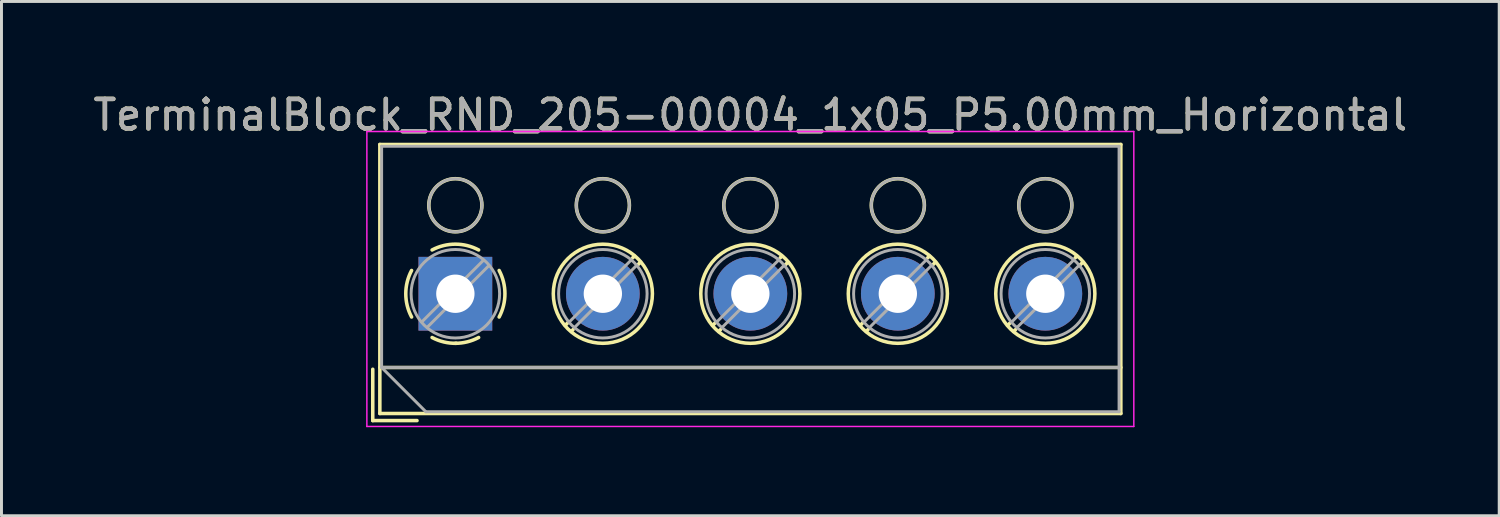
<source format=kicad_pcb>
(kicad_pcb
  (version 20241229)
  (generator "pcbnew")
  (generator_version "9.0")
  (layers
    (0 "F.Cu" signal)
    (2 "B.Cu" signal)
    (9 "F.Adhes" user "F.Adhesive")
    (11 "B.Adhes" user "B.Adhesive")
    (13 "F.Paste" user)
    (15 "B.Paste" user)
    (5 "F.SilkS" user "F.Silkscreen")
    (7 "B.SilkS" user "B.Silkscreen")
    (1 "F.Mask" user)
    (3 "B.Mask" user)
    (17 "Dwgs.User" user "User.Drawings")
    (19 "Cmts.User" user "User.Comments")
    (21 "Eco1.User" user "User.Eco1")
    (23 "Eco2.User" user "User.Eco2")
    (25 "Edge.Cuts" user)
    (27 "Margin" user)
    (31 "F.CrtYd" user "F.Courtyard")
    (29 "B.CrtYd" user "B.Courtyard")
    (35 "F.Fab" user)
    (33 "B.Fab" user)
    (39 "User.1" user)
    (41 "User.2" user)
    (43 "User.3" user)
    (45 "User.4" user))
  (footprint "TerminalBlock_RND_205-00004_1x05_P5.00mm_Horizontal"
    (layer "F.Cu")
    (at 12.387 6.908)
    (property "Reference" "TerminalBlock_RND_205-00004_1x05_P5.00mm_Horizontal" (at 10 -6.06 0) (layer "F.SilkS") (effects (font (size 1 1) (thickness 0.15))))
    (attr through_hole)
    (fp_line (start -2.8 2.56) (end -2.8 4.3) (stroke (width 0.12) (type solid)) (layer "F.SilkS"))
    (fp_line (start -2.8 4.3) (end -1.3 4.3) (stroke (width 0.12) (type solid)) (layer "F.SilkS"))
    (fp_line (start -2.56 -5.06) (end -2.56 4.06) (stroke (width 0.12) (type solid)) (layer "F.SilkS"))
    (fp_line (start -2.56 -5.06) (end 22.56 -5.06) (stroke (width 0.12) (type solid)) (layer "F.SilkS"))
    (fp_line (start -2.56 2.5) (end 22.56 2.5) (stroke (width 0.12) (type solid)) (layer "F.SilkS"))
    (fp_line (start -2.56 4.06) (end 22.56 4.06) (stroke (width 0.12) (type solid)) (layer "F.SilkS"))
    (fp_line (start 3.82 0.976) (end 3.726 1.069) (stroke (width 0.12) (type solid)) (layer "F.SilkS"))
    (fp_line (start 3.99 1.216) (end 3.931 1.274) (stroke (width 0.12) (type solid)) (layer "F.SilkS"))
    (fp_line (start 6.07 -1.275) (end 6.011 -1.216) (stroke (width 0.12) (type solid)) (layer "F.SilkS"))
    (fp_line (start 6.275 -1.069) (end 6.181 -0.976) (stroke (width 0.12) (type solid)) (layer "F.SilkS"))
    (fp_line (start 8.82 0.976) (end 8.726 1.069) (stroke (width 0.12) (type solid)) (layer "F.SilkS"))
    (fp_line (start 8.99 1.216) (end 8.931 1.274) (stroke (width 0.12) (type solid)) (layer "F.SilkS"))
    (fp_line (start 11.07 -1.275) (end 11.011 -1.216) (stroke (width 0.12) (type solid)) (layer "F.SilkS"))
    (fp_line (start 11.275 -1.069) (end 11.181 -0.976) (stroke (width 0.12) (type solid)) (layer "F.SilkS"))
    (fp_line (start 13.82 0.976) (end 13.726 1.069) (stroke (width 0.12) (type solid)) (layer "F.SilkS"))
    (fp_line (start 13.99 1.216) (end 13.931 1.274) (stroke (width 0.12) (type solid)) (layer "F.SilkS"))
    (fp_line (start 16.07 -1.275) (end 16.011 -1.216) (stroke (width 0.12) (type solid)) (layer "F.SilkS"))
    (fp_line (start 16.275 -1.069) (end 16.181 -0.976) (stroke (width 0.12) (type solid)) (layer "F.SilkS"))
    (fp_line (start 18.82 0.976) (end 18.726 1.069) (stroke (width 0.12) (type solid)) (layer "F.SilkS"))
    (fp_line (start 18.99 1.216) (end 18.931 1.274) (stroke (width 0.12) (type solid)) (layer "F.SilkS"))
    (fp_line (start 21.07 -1.275) (end 21.011 -1.216) (stroke (width 0.12) (type solid)) (layer "F.SilkS"))
    (fp_line (start 21.275 -1.069) (end 21.181 -0.976) (stroke (width 0.12) (type solid)) (layer "F.SilkS"))
    (fp_line (start 22.56 -5.06) (end 22.56 4.06) (stroke (width 0.12) (type solid)) (layer "F.SilkS"))
    (fp_arc (start -1.483953 0.789089) (mid -1.680708 0.00005) (end -1.484 -0.789) (stroke (width 0.12) (type solid)) (layer "F.SilkS"))
    (fp_arc (start -0.789089 -1.483953) (mid -0.00005 -1.680708) (end 0.789 -1.484) (stroke (width 0.12) (type solid)) (layer "F.SilkS"))
    (fp_arc (start 0.029383 1.68045) (mid -0.392304 1.634281) (end -0.789 1.484) (stroke (width 0.12) (type solid)) (layer "F.SilkS"))
    (fp_arc (start 0.788712 1.483352) (mid 0.406429 1.630097) (end 0 1.68) (stroke (width 0.12) (type solid)) (layer "F.SilkS"))
    (fp_arc (start 1.483953 -0.789089) (mid 1.680708 -0.00005) (end 1.484 0.789) (stroke (width 0.12) (type solid)) (layer "F.SilkS"))
    (fp_circle (center 0 -3) (end 0.9 -3) (stroke (width 0.12) (type solid)) (fill no) (layer "F.SilkS"))
    (fp_circle (center 5 -3) (end 5.9 -3) (stroke (width 0.12) (type solid)) (fill no) (layer "F.SilkS"))
    (fp_circle (center 5 0) (end 6.68 0) (stroke (width 0.12) (type solid)) (fill no) (layer "F.SilkS"))
    (fp_circle (center 10 -3) (end 10.9 -3) (stroke (width 0.12) (type solid)) (fill no) (layer "F.SilkS"))
    (fp_circle (center 10 0) (end 11.68 0) (stroke (width 0.12) (type solid)) (fill no) (layer "F.SilkS"))
    (fp_circle (center 15 -3) (end 15.9 -3) (stroke (width 0.12) (type solid)) (fill no) (layer "F.SilkS"))
    (fp_circle (center 15 0) (end 16.68 0) (stroke (width 0.12) (type solid)) (fill no) (layer "F.SilkS"))
    (fp_circle (center 20 -3) (end 20.9 -3) (stroke (width 0.12) (type solid)) (fill no) (layer "F.SilkS"))
    (fp_circle (center 20 0) (end 21.68 0) (stroke (width 0.12) (type solid)) (fill no) (layer "F.SilkS"))
    (fp_line (start -3 -5.5) (end -3 4.5) (stroke (width 0.05) (type solid)) (layer "F.CrtYd"))
    (fp_line (start -3 4.5) (end 23 4.5) (stroke (width 0.05) (type solid)) (layer "F.CrtYd"))
    (fp_line (start 23 -5.5) (end -3 -5.5) (stroke (width 0.05) (type solid)) (layer "F.CrtYd"))
    (fp_line (start 23 4.5) (end 23 -5.5) (stroke (width 0.05) (type solid)) (layer "F.CrtYd"))
    (fp_line (start -2.5 -5) (end 22.5 -5) (stroke (width 0.1) (type solid)) (layer "F.Fab"))
    (fp_line (start -2.5 2.5) (end -2.5 -5) (stroke (width 0.1) (type solid)) (layer "F.Fab"))
    (fp_line (start -2.5 2.5) (end 22.5 2.5) (stroke (width 0.1) (type solid)) (layer "F.Fab"))
    (fp_line (start -1 4) (end -2.5 2.5) (stroke (width 0.1) (type solid)) (layer "F.Fab"))
    (fp_line (start 0.955 -1.138) (end -1.138 0.955) (stroke (width 0.1) (type solid)) (layer "F.Fab"))
    (fp_line (start 1.138 -0.955) (end -0.955 1.138) (stroke (width 0.1) (type solid)) (layer "F.Fab"))
    (fp_line (start 5.955 -1.138) (end 3.863 0.955) (stroke (width 0.1) (type solid)) (layer "F.Fab"))
    (fp_line (start 6.138 -0.955) (end 4.046 1.138) (stroke (width 0.1) (type solid)) (layer "F.Fab"))
    (fp_line (start 10.955 -1.138) (end 8.863 0.955) (stroke (width 0.1) (type solid)) (layer "F.Fab"))
    (fp_line (start 11.138 -0.955) (end 9.046 1.138) (stroke (width 0.1) (type solid)) (layer "F.Fab"))
    (fp_line (start 15.955 -1.138) (end 13.863 0.955) (stroke (width 0.1) (type solid)) (layer "F.Fab"))
    (fp_line (start 16.138 -0.955) (end 14.046 1.138) (stroke (width 0.1) (type solid)) (layer "F.Fab"))
    (fp_line (start 20.955 -1.138) (end 18.863 0.955) (stroke (width 0.1) (type solid)) (layer "F.Fab"))
    (fp_line (start 21.138 -0.955) (end 19.046 1.138) (stroke (width 0.1) (type solid)) (layer "F.Fab"))
    (fp_line (start 22.5 -5) (end 22.5 4) (stroke (width 0.1) (type solid)) (layer "F.Fab"))
    (fp_line (start 22.5 4) (end -1 4) (stroke (width 0.1) (type solid)) (layer "F.Fab"))
    (fp_circle (center 0 -3) (end 0.9 -3) (stroke (width 0.1) (type solid)) (fill no) (layer "F.Fab"))
    (fp_circle (center 0 0) (end 1.5 0) (stroke (width 0.1) (type solid)) (fill no) (layer "F.Fab"))
    (fp_circle (center 5 -3) (end 5.9 -3) (stroke (width 0.1) (type solid)) (fill no) (layer "F.Fab"))
    (fp_circle (center 5 0) (end 6.5 0) (stroke (width 0.1) (type solid)) (fill no) (layer "F.Fab"))
    (fp_circle (center 10 -3) (end 10.9 -3) (stroke (width 0.1) (type solid)) (fill no) (layer "F.Fab"))
    (fp_circle (center 10 0) (end 11.5 0) (stroke (width 0.1) (type solid)) (fill no) (layer "F.Fab"))
    (fp_circle (center 15 -3) (end 15.9 -3) (stroke (width 0.1) (type solid)) (fill no) (layer "F.Fab"))
    (fp_circle (center 15 0) (end 16.5 0) (stroke (width 0.1) (type solid)) (fill no) (layer "F.Fab"))
    (fp_circle (center 20 -3) (end 20.9 -3) (stroke (width 0.1) (type solid)) (fill no) (layer "F.Fab"))
    (fp_circle (center 20 0) (end 21.5 0) (stroke (width 0.1) (type solid)) (fill no) (layer "F.Fab"))
    (fp_text user "${REFERENCE}" (at 10 -6.06 0) (layer "F.Fab") (effects (font (size 1 1) (thickness 0.15))))
    (pad "1" thru_hole rect (at 0 0) (size 2.5 2.5) (drill 1.3) (layers "*.Cu" "*.Mask"))
    (pad "2" thru_hole circle (at 5 0) (size 2.5 2.5) (drill 1.3) (layers "*.Cu" "*.Mask"))
    (pad "3" thru_hole circle (at 10 0) (size 2.5 2.5) (drill 1.3) (layers "*.Cu" "*.Mask"))
    (pad "4" thru_hole circle (at 15 0) (size 2.5 2.5) (drill 1.3) (layers "*.Cu" "*.Mask"))
    (pad "5" thru_hole circle (at 20 0) (size 2.5 2.5) (drill 1.3) (layers "*.Cu" "*.Mask")))
  (gr_rect
    (start -3 -3)
    (end 47.774 14.433)
    (stroke (width 0.1) (type default))
    (fill no)
    (layer "Edge.Cuts")))
</source>
